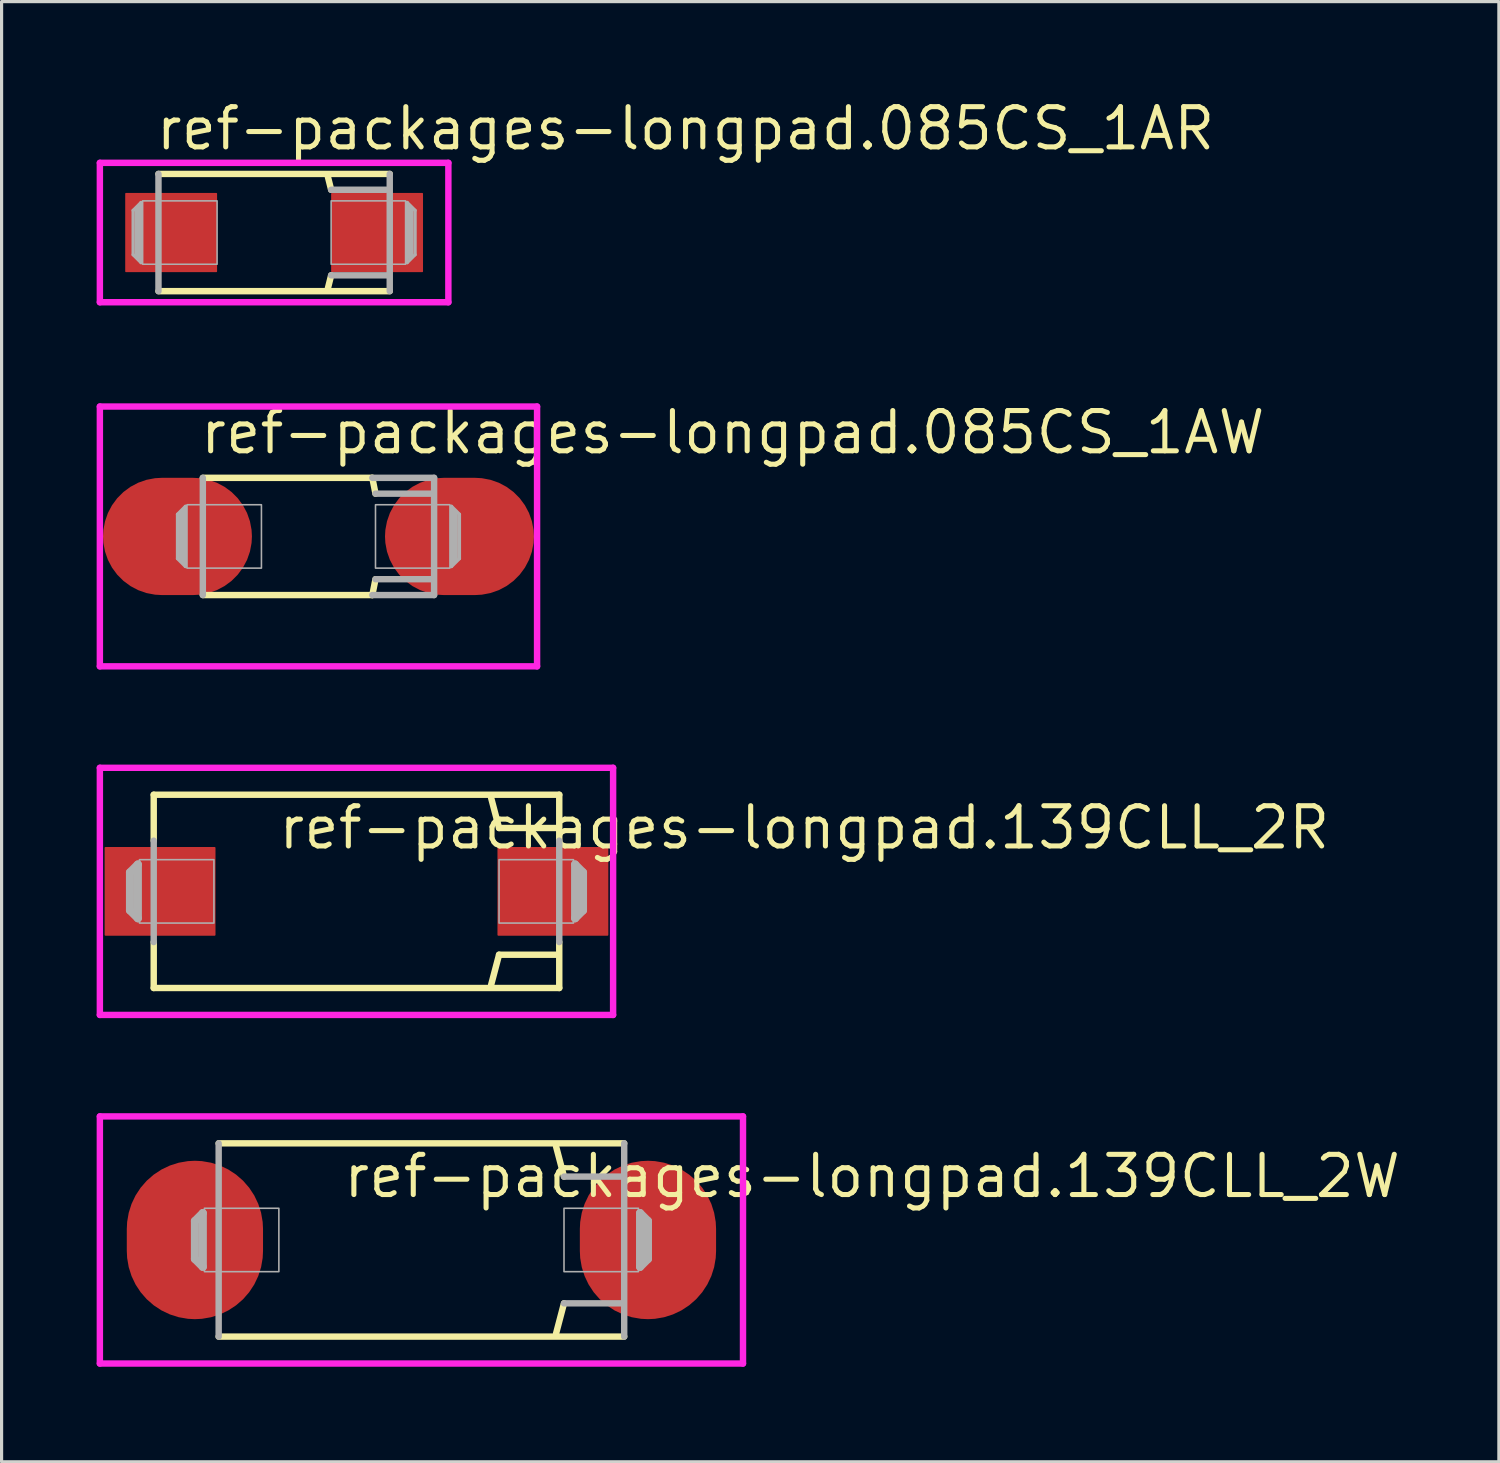
<source format=kicad_pcb>
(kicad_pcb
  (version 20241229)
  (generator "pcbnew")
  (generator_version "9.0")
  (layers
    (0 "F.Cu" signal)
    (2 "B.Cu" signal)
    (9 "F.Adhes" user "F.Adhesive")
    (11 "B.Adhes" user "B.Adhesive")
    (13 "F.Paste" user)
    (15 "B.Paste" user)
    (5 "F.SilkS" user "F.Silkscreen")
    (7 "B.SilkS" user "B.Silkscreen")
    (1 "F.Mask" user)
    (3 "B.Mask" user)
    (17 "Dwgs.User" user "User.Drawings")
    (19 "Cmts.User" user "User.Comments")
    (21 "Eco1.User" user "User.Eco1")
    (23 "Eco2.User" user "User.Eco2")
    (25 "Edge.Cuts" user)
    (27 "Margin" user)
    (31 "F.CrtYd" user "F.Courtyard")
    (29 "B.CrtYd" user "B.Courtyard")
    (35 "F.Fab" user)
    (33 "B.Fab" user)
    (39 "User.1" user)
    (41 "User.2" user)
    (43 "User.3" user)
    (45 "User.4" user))
  (footprint "ref-packages-longpad.139CLL_2W"
    (layer "F.Cu")
    (at 10.252 36.088)
    (property "Reference" "ref-packages-longpad.139CLL_2W" (at -2.54 -1.27 0) (layer "F.SilkS") (effects (font (size 1.27 1.27) (thickness 0.16)) (justify left bottom)))
    (attr smd)
    (fp_line (start -6.4 -3.05) (end 6.4 -3.05) (stroke (width 0.203) (type default)) (layer "F.SilkS"))
    (fp_line (start 4.5 -2) (end 4.25 -2.95) (stroke (width 0.203) (type default)) (layer "F.SilkS"))
    (fp_line (start 4.5 2) (end 4.25 2.95) (stroke (width 0.203) (type default)) (layer "F.SilkS"))
    (fp_line (start 6.4 3.05) (end -6.4 3.05) (stroke (width 0.203) (type default)) (layer "F.SilkS"))
    (fp_line (start -10.15 -3.9) (end -10.15 3.9) (stroke (width 0.203) (type default)) (layer "F.CrtYd"))
    (fp_line (start -10.15 3.9) (end 10.15 3.9) (stroke (width 0.203) (type default)) (layer "F.CrtYd"))
    (fp_line (start 10.15 -3.9) (end -10.15 -3.9) (stroke (width 0.203) (type default)) (layer "F.CrtYd"))
    (fp_line (start 10.15 3.9) (end 10.15 -3.9) (stroke (width 0.203) (type default)) (layer "F.CrtYd"))
    (fp_line (start -7.15 -0.6) (end -6.9 -0.85) (stroke (width 0.254) (type default)) (layer "F.Fab"))
    (fp_line (start -7.15 0.6) (end -7.15 -0.6) (stroke (width 0.254) (type default)) (layer "F.Fab"))
    (fp_line (start -6.9 -0.85) (end -6.9 0.85) (stroke (width 0.254) (type default)) (layer "F.Fab"))
    (fp_line (start -6.9 0.85) (end -7.15 0.6) (stroke (width 0.254) (type default)) (layer "F.Fab"))
    (fp_line (start -6.4 3.05) (end -6.4 -3.05) (stroke (width 0.203) (type default)) (layer "F.Fab"))
    (fp_line (start 6.35 -2) (end 4.5 -2) (stroke (width 0.203) (type default)) (layer "F.Fab"))
    (fp_line (start 6.35 2) (end 4.5 2) (stroke (width 0.203) (type default)) (layer "F.Fab"))
    (fp_line (start 6.4 -3.05) (end 6.4 3.05) (stroke (width 0.203) (type default)) (layer "F.Fab"))
    (fp_line (start 6.9 -0.85) (end 7.15 -0.6) (stroke (width 0.254) (type default)) (layer "F.Fab"))
    (fp_line (start 6.9 0.85) (end 6.9 -0.85) (stroke (width 0.254) (type default)) (layer "F.Fab"))
    (fp_line (start 7.15 -0.6) (end 7.15 0.6) (stroke (width 0.254) (type default)) (layer "F.Fab"))
    (fp_line (start 7.15 0.6) (end 6.9 0.85) (stroke (width 0.254) (type default)) (layer "F.Fab"))
    (fp_rect (start -6.85 1) (end -4.5 -1) (stroke (width 0.05) (type default)) (fill no) (layer "F.Fab"))
    (fp_rect (start 4.5 1) (end 6.85 -1) (stroke (width 0.05) (type default)) (fill no) (layer "F.Fab"))
    (pad "+" smd roundrect (at 7.15 0) (size 4.3 5) (layers "F.Cu" "F.Mask" "F.Paste") (roundrect_rratio 0.5))
    (pad "-" smd roundrect (at -7.15 0) (size 4.3 5) (layers "F.Cu" "F.Mask" "F.Paste") (roundrect_rratio 0.5)))
  (footprint "ref-packages-longpad.139CLL_2R"
    (layer "F.Cu")
    (at 8.202 25.085)
    (property "Reference" "ref-packages-longpad.139CLL_2R" (at -2.54 -1.27 0) (layer "F.SilkS") (effects (font (size 1.27 1.27) (thickness 0.16)) (justify left bottom)))
    (attr smd)
    (fp_line (start -6.4 -3.05) (end 6.4 -3.05) (stroke (width 0.203) (type default)) (layer "F.SilkS"))
    (fp_line (start -6.4 -1.6) (end -6.4 -3.05) (stroke (width 0.203) (type default)) (layer "F.SilkS"))
    (fp_line (start -6.4 3.05) (end -6.4 1.6) (stroke (width 0.203) (type default)) (layer "F.SilkS"))
    (fp_line (start 4.5 -2) (end 4.25 -2.95) (stroke (width 0.203) (type default)) (layer "F.SilkS"))
    (fp_line (start 4.5 2) (end 4.25 2.95) (stroke (width 0.203) (type default)) (layer "F.SilkS"))
    (fp_line (start 6.35 -2) (end 4.5 -2) (stroke (width 0.203) (type default)) (layer "F.SilkS"))
    (fp_line (start 6.35 2) (end 4.5 2) (stroke (width 0.203) (type default)) (layer "F.SilkS"))
    (fp_line (start 6.4 -3.05) (end 6.4 -1.6) (stroke (width 0.203) (type default)) (layer "F.SilkS"))
    (fp_line (start 6.4 1.6) (end 6.4 3.05) (stroke (width 0.203) (type default)) (layer "F.SilkS"))
    (fp_line (start 6.4 3.05) (end -6.4 3.05) (stroke (width 0.203) (type default)) (layer "F.SilkS"))
    (fp_line (start -8.1 -3.9) (end -8.1 3.9) (stroke (width 0.203) (type default)) (layer "F.CrtYd"))
    (fp_line (start -8.1 3.9) (end 8.1 3.9) (stroke (width 0.203) (type default)) (layer "F.CrtYd"))
    (fp_line (start 8.1 -3.9) (end -8.1 -3.9) (stroke (width 0.203) (type default)) (layer "F.CrtYd"))
    (fp_line (start 8.1 3.9) (end 8.1 -3.9) (stroke (width 0.203) (type default)) (layer "F.CrtYd"))
    (fp_line (start -7.15 -0.6) (end -6.9 -0.85) (stroke (width 0.254) (type default)) (layer "F.Fab"))
    (fp_line (start -7.15 0.6) (end -7.15 -0.6) (stroke (width 0.254) (type default)) (layer "F.Fab"))
    (fp_line (start -6.9 -0.85) (end -6.9 0.85) (stroke (width 0.254) (type default)) (layer "F.Fab"))
    (fp_line (start -6.9 0.85) (end -7.15 0.6) (stroke (width 0.254) (type default)) (layer "F.Fab"))
    (fp_line (start -6.4 1.6) (end -6.4 -1.6) (stroke (width 0.203) (type default)) (layer "F.Fab"))
    (fp_line (start 6.4 -1.6) (end 6.4 1.6) (stroke (width 0.203) (type default)) (layer "F.Fab"))
    (fp_line (start 6.9 -0.85) (end 7.15 -0.6) (stroke (width 0.254) (type default)) (layer "F.Fab"))
    (fp_line (start 6.9 0.85) (end 6.9 -0.85) (stroke (width 0.254) (type default)) (layer "F.Fab"))
    (fp_line (start 7.15 -0.6) (end 7.15 0.6) (stroke (width 0.254) (type default)) (layer "F.Fab"))
    (fp_line (start 7.15 0.6) (end 6.9 0.85) (stroke (width 0.254) (type default)) (layer "F.Fab"))
    (fp_rect (start -6.85 1) (end -4.5 -1) (stroke (width 0.05) (type default)) (fill no) (layer "F.Fab"))
    (fp_rect (start 4.5 1) (end 6.85 -1) (stroke (width 0.05) (type default)) (fill no) (layer "F.Fab"))
    (pad "+" smd roundrect (at 6.2 0) (size 3.5 2.8) (layers "F.Cu" "F.Mask" "F.Paste") (roundrect_rratio 0.01))
    (pad "-" smd roundrect (at -6.2 0) (size 3.5 2.8) (layers "F.Cu" "F.Mask" "F.Paste") (roundrect_rratio 0.01)))
  (footprint "ref-packages-longpad.085CS_1AW"
    (layer "F.Cu")
    (at 7.002 13.882)
    (property "Reference" "ref-packages-longpad.085CS_1AW" (at -3.81 -2.54 0) (layer "F.SilkS") (effects (font (size 1.27 1.27) (thickness 0.16)) (justify left bottom)))
    (attr smd)
    (fp_line (start -3.65 1.85) (end 1.7 1.85) (stroke (width 0.203) (type default)) (layer "F.SilkS"))
    (fp_line (start 1.7 -1.85) (end -3.65 -1.85) (stroke (width 0.203) (type default)) (layer "F.SilkS"))
    (fp_line (start 1.8 -1.35) (end 1.7 -1.85) (stroke (width 0.203) (type default)) (layer "F.SilkS"))
    (fp_line (start 1.8 1.35) (end 1.7 1.85) (stroke (width 0.203) (type default)) (layer "F.SilkS"))
    (fp_line (start -6.9 -4.1) (end -6.9 4.1) (stroke (width 0.203) (type default)) (layer "F.CrtYd"))
    (fp_line (start -6.9 -4.1) (end 6.9 -4.1) (stroke (width 0.203) (type default)) (layer "F.CrtYd"))
    (fp_line (start -6.9 4.1) (end 6.9 4.1) (stroke (width 0.203) (type default)) (layer "F.CrtYd"))
    (fp_line (start 6.9 -4.1) (end 6.9 4.1) (stroke (width 0.203) (type default)) (layer "F.CrtYd"))
    (fp_line (start -4.45 -0.7) (end -4.45 0.7) (stroke (width 0.102) (type default)) (layer "F.Fab"))
    (fp_line (start -4.45 0.7) (end -4.2 0.95) (stroke (width 0.102) (type default)) (layer "F.Fab"))
    (fp_line (start -4.3 -0.75) (end -4.3 0.75) (stroke (width 0.203) (type default)) (layer "F.Fab"))
    (fp_line (start -4.2 -0.95) (end -4.45 -0.7) (stroke (width 0.102) (type default)) (layer "F.Fab"))
    (fp_line (start -4.2 0.95) (end -4.2 -0.95) (stroke (width 0.102) (type default)) (layer "F.Fab"))
    (fp_line (start -3.65 -1.85) (end -3.65 1.85) (stroke (width 0.203) (type default)) (layer "F.Fab"))
    (fp_line (start 1.7 1.85) (end 3.65 1.85) (stroke (width 0.203) (type default)) (layer "F.Fab"))
    (fp_line (start 3.55 -1.35) (end 1.8 -1.35) (stroke (width 0.203) (type default)) (layer "F.Fab"))
    (fp_line (start 3.6 1.35) (end 1.8 1.35) (stroke (width 0.203) (type default)) (layer "F.Fab"))
    (fp_line (start 3.65 -1.85) (end 1.7 -1.85) (stroke (width 0.203) (type default)) (layer "F.Fab"))
    (fp_line (start 3.65 1.85) (end 3.65 -1.85) (stroke (width 0.203) (type default)) (layer "F.Fab"))
    (fp_line (start 4.2 -0.95) (end 4.2 0.95) (stroke (width 0.102) (type default)) (layer "F.Fab"))
    (fp_line (start 4.2 0.95) (end 4.45 0.7) (stroke (width 0.102) (type default)) (layer "F.Fab"))
    (fp_line (start 4.3 0.75) (end 4.3 -0.75) (stroke (width 0.203) (type default)) (layer "F.Fab"))
    (fp_line (start 4.45 -0.7) (end 4.2 -0.95) (stroke (width 0.102) (type default)) (layer "F.Fab"))
    (fp_line (start 4.45 0.7) (end 4.45 -0.7) (stroke (width 0.102) (type default)) (layer "F.Fab"))
    (fp_rect (start -4.15 1) (end -1.8 -1) (stroke (width 0.05) (type default)) (fill no) (layer "F.Fab"))
    (fp_rect (start 1.8 1) (end 4.15 -1) (stroke (width 0.05) (type default)) (fill no) (layer "F.Fab"))
    (pad "+" smd roundrect (at 4.45 0) (size 4.7 3.7) (layers "F.Cu" "F.Mask" "F.Paste") (roundrect_rratio 0.5))
    (pad "-" smd roundrect (at -4.45 0) (size 4.7 3.7) (layers "F.Cu" "F.Mask" "F.Paste") (roundrect_rratio 0.5)))
  (footprint "ref-packages-longpad.085CS_1AR"
    (layer "F.Cu")
    (at 5.602 4.29)
    (property "Reference" "ref-packages-longpad.085CS_1AR" (at -3.81 -2.54 0) (layer "F.SilkS") (effects (font (size 1.27 1.27) (thickness 0.16)) (justify left bottom)))
    (attr smd)
    (fp_line (start -3.65 1.85) (end 3.65 1.85) (stroke (width 0.203) (type default)) (layer "F.SilkS"))
    (fp_line (start 1.8 -1.35) (end 1.7 -1.75) (stroke (width 0.203) (type default)) (layer "F.SilkS"))
    (fp_line (start 1.8 1.35) (end 1.7 1.75) (stroke (width 0.203) (type default)) (layer "F.SilkS"))
    (fp_line (start 3.65 -1.85) (end -3.65 -1.85) (stroke (width 0.203) (type default)) (layer "F.SilkS"))
    (fp_line (start -5.5 -2.2) (end -5.5 2.2) (stroke (width 0.203) (type default)) (layer "F.CrtYd"))
    (fp_line (start -5.5 -2.2) (end 5.5 -2.2) (stroke (width 0.203) (type default)) (layer "F.CrtYd"))
    (fp_line (start -5.5 2.2) (end 5.5 2.2) (stroke (width 0.203) (type default)) (layer "F.CrtYd"))
    (fp_line (start 5.5 -2.2) (end 5.5 2.2) (stroke (width 0.203) (type default)) (layer "F.CrtYd"))
    (fp_line (start -4.45 -0.7) (end -4.45 0.7) (stroke (width 0.102) (type default)) (layer "F.Fab"))
    (fp_line (start -4.45 0.7) (end -4.2 0.95) (stroke (width 0.102) (type default)) (layer "F.Fab"))
    (fp_line (start -4.3 -0.75) (end -4.3 0.75) (stroke (width 0.203) (type default)) (layer "F.Fab"))
    (fp_line (start -4.2 -0.95) (end -4.45 -0.7) (stroke (width 0.102) (type default)) (layer "F.Fab"))
    (fp_line (start -4.2 0.95) (end -4.2 -0.95) (stroke (width 0.102) (type default)) (layer "F.Fab"))
    (fp_line (start -3.65 -1.85) (end -3.65 1.85) (stroke (width 0.203) (type default)) (layer "F.Fab"))
    (fp_line (start 3.55 -1.35) (end 1.8 -1.35) (stroke (width 0.203) (type default)) (layer "F.Fab"))
    (fp_line (start 3.6 1.35) (end 1.8 1.35) (stroke (width 0.203) (type default)) (layer "F.Fab"))
    (fp_line (start 3.65 1.85) (end 3.65 -1.85) (stroke (width 0.203) (type default)) (layer "F.Fab"))
    (fp_line (start 4.2 -0.95) (end 4.2 0.95) (stroke (width 0.102) (type default)) (layer "F.Fab"))
    (fp_line (start 4.2 0.95) (end 4.45 0.7) (stroke (width 0.102) (type default)) (layer "F.Fab"))
    (fp_line (start 4.3 0.75) (end 4.3 -0.75) (stroke (width 0.203) (type default)) (layer "F.Fab"))
    (fp_line (start 4.45 -0.7) (end 4.2 -0.95) (stroke (width 0.102) (type default)) (layer "F.Fab"))
    (fp_line (start 4.45 0.7) (end 4.45 -0.7) (stroke (width 0.102) (type default)) (layer "F.Fab"))
    (fp_rect (start -4.15 1) (end -1.8 -1) (stroke (width 0.05) (type default)) (fill no) (layer "F.Fab"))
    (fp_rect (start 1.8 1) (end 4.15 -1) (stroke (width 0.05) (type default)) (fill no) (layer "F.Fab"))
    (pad "+" smd roundrect (at 3.25 0) (size 2.9 2.5) (layers "F.Cu" "F.Mask" "F.Paste") (roundrect_rratio 0.01))
    (pad "-" smd roundrect (at -3.25 0) (size 2.9 2.5) (layers "F.Cu" "F.Mask" "F.Paste") (roundrect_rratio 0.01)))
  (gr_rect
    (start -3 -3)
    (end 44.26 43.09)
    (stroke (width 0.1) (type default))
    (fill no)
    (layer "Edge.Cuts")))
</source>
